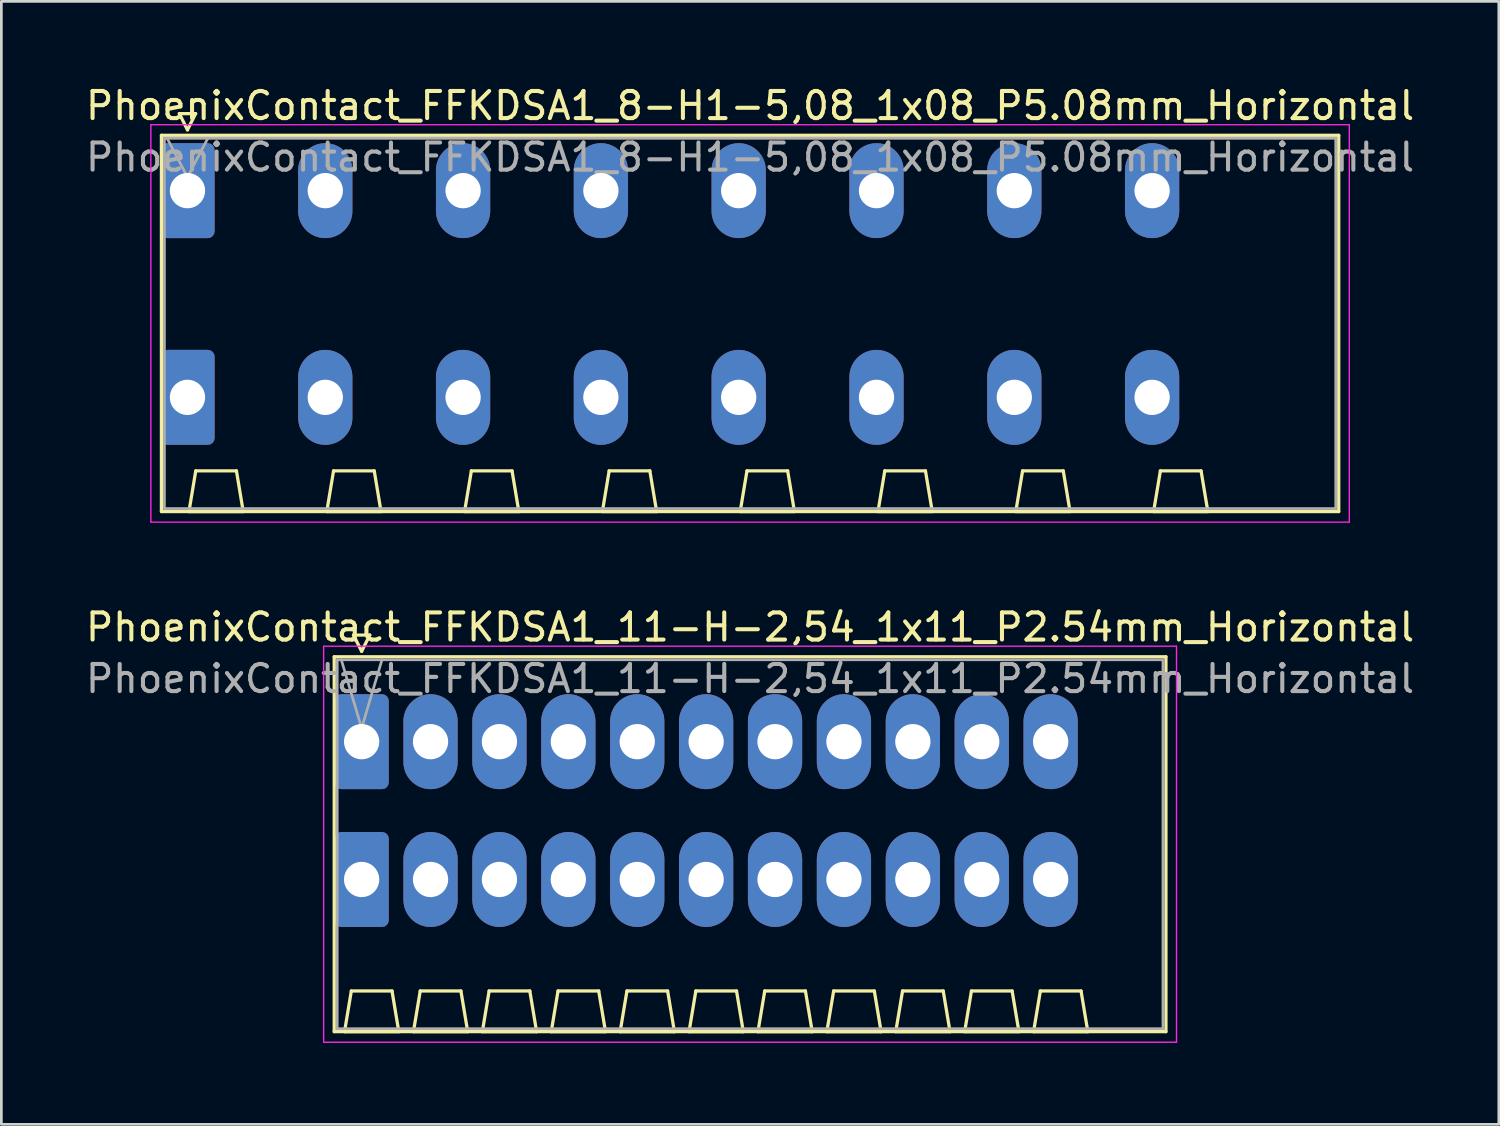
<source format=kicad_pcb>
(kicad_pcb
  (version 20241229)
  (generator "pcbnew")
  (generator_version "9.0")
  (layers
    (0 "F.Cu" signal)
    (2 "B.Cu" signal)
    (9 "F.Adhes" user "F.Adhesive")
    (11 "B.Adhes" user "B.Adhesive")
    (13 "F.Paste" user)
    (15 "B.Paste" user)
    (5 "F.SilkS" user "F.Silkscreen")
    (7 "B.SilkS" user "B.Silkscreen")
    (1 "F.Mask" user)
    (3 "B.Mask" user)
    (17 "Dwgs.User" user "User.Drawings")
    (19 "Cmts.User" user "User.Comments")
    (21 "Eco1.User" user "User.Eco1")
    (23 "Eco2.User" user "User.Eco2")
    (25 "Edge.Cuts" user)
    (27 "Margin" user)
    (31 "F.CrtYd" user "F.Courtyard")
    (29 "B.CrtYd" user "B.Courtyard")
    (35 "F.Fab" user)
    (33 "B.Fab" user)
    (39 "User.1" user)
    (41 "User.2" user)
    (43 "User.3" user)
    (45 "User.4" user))
  (footprint "PhoenixContact_FFKDSA1_11-H-2,54_1x11_P2.54mm_Horizontal"
    (layer "F.Cu")
    (at 10.281 24.291)
    (property "Reference" "PhoenixContact_FFKDSA1_11-H-2,54_1x11_P2.54mm_Horizontal" (at 14.32 -4.22 0) (layer "F.SilkS") (effects (font (size 1 1) (thickness 0.15))))
    (attr through_hole)
    (fp_line (start -1.01 -3.13) (end -1.01 10.69) (stroke (width 0.12) (type solid)) (layer "F.SilkS"))
    (fp_line (start -1.01 10.69) (end 29.65 10.69) (stroke (width 0.12) (type solid)) (layer "F.SilkS"))
    (fp_line (start -0.63 10.69) (end 1.37 10.69) (stroke (width 0.12) (type solid)) (layer "F.SilkS"))
    (fp_line (start -0.38 9.19) (end -0.63 10.69) (stroke (width 0.12) (type solid)) (layer "F.SilkS"))
    (fp_line (start -0.3 -3.93) (end 0.3 -3.93) (stroke (width 0.12) (type solid)) (layer "F.SilkS"))
    (fp_line (start 0 -3.33) (end -0.3 -3.93) (stroke (width 0.12) (type solid)) (layer "F.SilkS"))
    (fp_line (start 0.3 -3.93) (end 0 -3.33) (stroke (width 0.12) (type solid)) (layer "F.SilkS"))
    (fp_line (start 1.12 9.19) (end -0.38 9.19) (stroke (width 0.12) (type solid)) (layer "F.SilkS"))
    (fp_line (start 1.37 10.69) (end 1.12 9.19) (stroke (width 0.12) (type solid)) (layer "F.SilkS"))
    (fp_line (start 1.91 10.69) (end 3.91 10.69) (stroke (width 0.12) (type solid)) (layer "F.SilkS"))
    (fp_line (start 2.16 9.19) (end 1.91 10.69) (stroke (width 0.12) (type solid)) (layer "F.SilkS"))
    (fp_line (start 3.66 9.19) (end 2.16 9.19) (stroke (width 0.12) (type solid)) (layer "F.SilkS"))
    (fp_line (start 3.91 10.69) (end 3.66 9.19) (stroke (width 0.12) (type solid)) (layer "F.SilkS"))
    (fp_line (start 4.45 10.69) (end 6.45 10.69) (stroke (width 0.12) (type solid)) (layer "F.SilkS"))
    (fp_line (start 4.7 9.19) (end 4.45 10.69) (stroke (width 0.12) (type solid)) (layer "F.SilkS"))
    (fp_line (start 6.2 9.19) (end 4.7 9.19) (stroke (width 0.12) (type solid)) (layer "F.SilkS"))
    (fp_line (start 6.45 10.69) (end 6.2 9.19) (stroke (width 0.12) (type solid)) (layer "F.SilkS"))
    (fp_line (start 6.99 10.69) (end 8.99 10.69) (stroke (width 0.12) (type solid)) (layer "F.SilkS"))
    (fp_line (start 7.24 9.19) (end 6.99 10.69) (stroke (width 0.12) (type solid)) (layer "F.SilkS"))
    (fp_line (start 8.74 9.19) (end 7.24 9.19) (stroke (width 0.12) (type solid)) (layer "F.SilkS"))
    (fp_line (start 8.99 10.69) (end 8.74 9.19) (stroke (width 0.12) (type solid)) (layer "F.SilkS"))
    (fp_line (start 9.53 10.69) (end 11.53 10.69) (stroke (width 0.12) (type solid)) (layer "F.SilkS"))
    (fp_line (start 9.78 9.19) (end 9.53 10.69) (stroke (width 0.12) (type solid)) (layer "F.SilkS"))
    (fp_line (start 11.28 9.19) (end 9.78 9.19) (stroke (width 0.12) (type solid)) (layer "F.SilkS"))
    (fp_line (start 11.53 10.69) (end 11.28 9.19) (stroke (width 0.12) (type solid)) (layer "F.SilkS"))
    (fp_line (start 12.07 10.69) (end 14.07 10.69) (stroke (width 0.12) (type solid)) (layer "F.SilkS"))
    (fp_line (start 12.32 9.19) (end 12.07 10.69) (stroke (width 0.12) (type solid)) (layer "F.SilkS"))
    (fp_line (start 13.82 9.19) (end 12.32 9.19) (stroke (width 0.12) (type solid)) (layer "F.SilkS"))
    (fp_line (start 14.07 10.69) (end 13.82 9.19) (stroke (width 0.12) (type solid)) (layer "F.SilkS"))
    (fp_line (start 14.61 10.69) (end 16.61 10.69) (stroke (width 0.12) (type solid)) (layer "F.SilkS"))
    (fp_line (start 14.86 9.19) (end 14.61 10.69) (stroke (width 0.12) (type solid)) (layer "F.SilkS"))
    (fp_line (start 16.36 9.19) (end 14.86 9.19) (stroke (width 0.12) (type solid)) (layer "F.SilkS"))
    (fp_line (start 16.61 10.69) (end 16.36 9.19) (stroke (width 0.12) (type solid)) (layer "F.SilkS"))
    (fp_line (start 17.15 10.69) (end 19.15 10.69) (stroke (width 0.12) (type solid)) (layer "F.SilkS"))
    (fp_line (start 17.4 9.19) (end 17.15 10.69) (stroke (width 0.12) (type solid)) (layer "F.SilkS"))
    (fp_line (start 18.9 9.19) (end 17.4 9.19) (stroke (width 0.12) (type solid)) (layer "F.SilkS"))
    (fp_line (start 19.15 10.69) (end 18.9 9.19) (stroke (width 0.12) (type solid)) (layer "F.SilkS"))
    (fp_line (start 19.69 10.69) (end 21.69 10.69) (stroke (width 0.12) (type solid)) (layer "F.SilkS"))
    (fp_line (start 19.94 9.19) (end 19.69 10.69) (stroke (width 0.12) (type solid)) (layer "F.SilkS"))
    (fp_line (start 21.44 9.19) (end 19.94 9.19) (stroke (width 0.12) (type solid)) (layer "F.SilkS"))
    (fp_line (start 21.69 10.69) (end 21.44 9.19) (stroke (width 0.12) (type solid)) (layer "F.SilkS"))
    (fp_line (start 22.23 10.69) (end 24.23 10.69) (stroke (width 0.12) (type solid)) (layer "F.SilkS"))
    (fp_line (start 22.48 9.19) (end 22.23 10.69) (stroke (width 0.12) (type solid)) (layer "F.SilkS"))
    (fp_line (start 23.98 9.19) (end 22.48 9.19) (stroke (width 0.12) (type solid)) (layer "F.SilkS"))
    (fp_line (start 24.23 10.69) (end 23.98 9.19) (stroke (width 0.12) (type solid)) (layer "F.SilkS"))
    (fp_line (start 24.77 10.69) (end 26.77 10.69) (stroke (width 0.12) (type solid)) (layer "F.SilkS"))
    (fp_line (start 25.02 9.19) (end 24.77 10.69) (stroke (width 0.12) (type solid)) (layer "F.SilkS"))
    (fp_line (start 26.52 9.19) (end 25.02 9.19) (stroke (width 0.12) (type solid)) (layer "F.SilkS"))
    (fp_line (start 26.77 10.69) (end 26.52 9.19) (stroke (width 0.12) (type solid)) (layer "F.SilkS"))
    (fp_line (start 29.65 -3.13) (end -1.01 -3.13) (stroke (width 0.12) (type solid)) (layer "F.SilkS"))
    (fp_line (start 29.65 10.69) (end 29.65 -3.13) (stroke (width 0.12) (type solid)) (layer "F.SilkS"))
    (fp_line (start -1.4 -3.52) (end -1.4 11.08) (stroke (width 0.05) (type solid)) (layer "F.CrtYd"))
    (fp_line (start -1.4 11.08) (end 30.04 11.08) (stroke (width 0.05) (type solid)) (layer "F.CrtYd"))
    (fp_line (start 30.04 -3.52) (end -1.4 -3.52) (stroke (width 0.05) (type solid)) (layer "F.CrtYd"))
    (fp_line (start 30.04 11.08) (end 30.04 -3.52) (stroke (width 0.05) (type solid)) (layer "F.CrtYd"))
    (fp_line (start -0.9 -3.02) (end -0.9 10.58) (stroke (width 0.1) (type solid)) (layer "F.Fab"))
    (fp_line (start -0.9 10.58) (end 29.54 10.58) (stroke (width 0.1) (type solid)) (layer "F.Fab"))
    (fp_line (start 0 -0.5) (end -0.75 -3.02) (stroke (width 0.1) (type solid)) (layer "F.Fab"))
    (fp_line (start 0.75 -3.02) (end 0 -0.5) (stroke (width 0.1) (type solid)) (layer "F.Fab"))
    (fp_line (start 29.54 -3.02) (end -0.9 -3.02) (stroke (width 0.1) (type solid)) (layer "F.Fab"))
    (fp_line (start 29.54 10.58) (end 29.54 -3.02) (stroke (width 0.1) (type solid)) (layer "F.Fab"))
    (fp_text user "${REFERENCE}" (at 14.32 -2.32 0) (layer "F.Fab") (effects (font (size 1 1) (thickness 0.15))))
    (pad "1" thru_hole roundrect (at 0 0) (size 2 3.5) (drill 1.3) (layers "*.Cu" "*.Mask") (roundrect_rratio 0.125))
    (pad "1" thru_hole roundrect (at 0 5.08) (size 2 3.5) (drill 1.3) (layers "*.Cu" "*.Mask") (roundrect_rratio 0.125))
    (pad "2" thru_hole oval (at 2.54 0) (size 2 3.5) (drill 1.3) (layers "*.Cu" "*.Mask"))
    (pad "2" thru_hole oval (at 2.54 5.08) (size 2 3.5) (drill 1.3) (layers "*.Cu" "*.Mask"))
    (pad "3" thru_hole oval (at 5.08 0) (size 2 3.5) (drill 1.3) (layers "*.Cu" "*.Mask"))
    (pad "3" thru_hole oval (at 5.08 5.08) (size 2 3.5) (drill 1.3) (layers "*.Cu" "*.Mask"))
    (pad "4" thru_hole oval (at 7.62 0) (size 2 3.5) (drill 1.3) (layers "*.Cu" "*.Mask"))
    (pad "4" thru_hole oval (at 7.62 5.08) (size 2 3.5) (drill 1.3) (layers "*.Cu" "*.Mask"))
    (pad "5" thru_hole oval (at 10.16 0) (size 2 3.5) (drill 1.3) (layers "*.Cu" "*.Mask"))
    (pad "5" thru_hole oval (at 10.16 5.08) (size 2 3.5) (drill 1.3) (layers "*.Cu" "*.Mask"))
    (pad "6" thru_hole oval (at 12.7 0) (size 2 3.5) (drill 1.3) (layers "*.Cu" "*.Mask"))
    (pad "6" thru_hole oval (at 12.7 5.08) (size 2 3.5) (drill 1.3) (layers "*.Cu" "*.Mask"))
    (pad "7" thru_hole oval (at 15.24 0) (size 2 3.5) (drill 1.3) (layers "*.Cu" "*.Mask"))
    (pad "7" thru_hole oval (at 15.24 5.08) (size 2 3.5) (drill 1.3) (layers "*.Cu" "*.Mask"))
    (pad "8" thru_hole oval (at 17.78 0) (size 2 3.5) (drill 1.3) (layers "*.Cu" "*.Mask"))
    (pad "8" thru_hole oval (at 17.78 5.08) (size 2 3.5) (drill 1.3) (layers "*.Cu" "*.Mask"))
    (pad "9" thru_hole oval (at 20.32 0) (size 2 3.5) (drill 1.3) (layers "*.Cu" "*.Mask"))
    (pad "9" thru_hole oval (at 20.32 5.08) (size 2 3.5) (drill 1.3) (layers "*.Cu" "*.Mask"))
    (pad "10" thru_hole oval (at 22.86 0) (size 2 3.5) (drill 1.3) (layers "*.Cu" "*.Mask"))
    (pad "10" thru_hole oval (at 22.86 5.08) (size 2 3.5) (drill 1.3) (layers "*.Cu" "*.Mask"))
    (pad "11" thru_hole oval (at 25.4 0) (size 2 3.5) (drill 1.3) (layers "*.Cu" "*.Mask"))
    (pad "11" thru_hole oval (at 25.4 5.08) (size 2 3.5) (drill 1.3) (layers "*.Cu" "*.Mask")))
  (footprint "PhoenixContact_FFKDSA1_8-H1-5,08_1x08_P5.08mm_Horizontal"
    (layer "F.Cu")
    (at 3.861 3.978)
    (property "Reference" "PhoenixContact_FFKDSA1_8-H1-5,08_1x08_P5.08mm_Horizontal" (at 20.74 -3.13 0) (layer "F.SilkS") (effects (font (size 1 1) (thickness 0.15))))
    (attr through_hole)
    (fp_line (start -0.96 -2.04) (end -0.96 11.83) (stroke (width 0.12) (type solid)) (layer "F.SilkS"))
    (fp_line (start -0.96 11.83) (end 42.44 11.83) (stroke (width 0.12) (type solid)) (layer "F.SilkS"))
    (fp_line (start -0.3 -2.84) (end 0.3 -2.84) (stroke (width 0.12) (type solid)) (layer "F.SilkS"))
    (fp_line (start 0 -2.24) (end -0.3 -2.84) (stroke (width 0.12) (type solid)) (layer "F.SilkS"))
    (fp_line (start 0.055 11.83) (end 2.055 11.83) (stroke (width 0.12) (type solid)) (layer "F.SilkS"))
    (fp_line (start 0.3 -2.84) (end 0 -2.24) (stroke (width 0.12) (type solid)) (layer "F.SilkS"))
    (fp_line (start 0.305 10.33) (end 0.055 11.83) (stroke (width 0.12) (type solid)) (layer "F.SilkS"))
    (fp_line (start 1.805 10.33) (end 0.305 10.33) (stroke (width 0.12) (type solid)) (layer "F.SilkS"))
    (fp_line (start 2.055 11.83) (end 1.805 10.33) (stroke (width 0.12) (type solid)) (layer "F.SilkS"))
    (fp_line (start 5.135 11.83) (end 7.135 11.83) (stroke (width 0.12) (type solid)) (layer "F.SilkS"))
    (fp_line (start 5.385 10.33) (end 5.135 11.83) (stroke (width 0.12) (type solid)) (layer "F.SilkS"))
    (fp_line (start 6.885 10.33) (end 5.385 10.33) (stroke (width 0.12) (type solid)) (layer "F.SilkS"))
    (fp_line (start 7.135 11.83) (end 6.885 10.33) (stroke (width 0.12) (type solid)) (layer "F.SilkS"))
    (fp_line (start 10.215 11.83) (end 12.215 11.83) (stroke (width 0.12) (type solid)) (layer "F.SilkS"))
    (fp_line (start 10.465 10.33) (end 10.215 11.83) (stroke (width 0.12) (type solid)) (layer "F.SilkS"))
    (fp_line (start 11.965 10.33) (end 10.465 10.33) (stroke (width 0.12) (type solid)) (layer "F.SilkS"))
    (fp_line (start 12.215 11.83) (end 11.965 10.33) (stroke (width 0.12) (type solid)) (layer "F.SilkS"))
    (fp_line (start 15.295 11.83) (end 17.295 11.83) (stroke (width 0.12) (type solid)) (layer "F.SilkS"))
    (fp_line (start 15.545 10.33) (end 15.295 11.83) (stroke (width 0.12) (type solid)) (layer "F.SilkS"))
    (fp_line (start 17.045 10.33) (end 15.545 10.33) (stroke (width 0.12) (type solid)) (layer "F.SilkS"))
    (fp_line (start 17.295 11.83) (end 17.045 10.33) (stroke (width 0.12) (type solid)) (layer "F.SilkS"))
    (fp_line (start 20.375 11.83) (end 22.375 11.83) (stroke (width 0.12) (type solid)) (layer "F.SilkS"))
    (fp_line (start 20.625 10.33) (end 20.375 11.83) (stroke (width 0.12) (type solid)) (layer "F.SilkS"))
    (fp_line (start 22.125 10.33) (end 20.625 10.33) (stroke (width 0.12) (type solid)) (layer "F.SilkS"))
    (fp_line (start 22.375 11.83) (end 22.125 10.33) (stroke (width 0.12) (type solid)) (layer "F.SilkS"))
    (fp_line (start 25.455 11.83) (end 27.455 11.83) (stroke (width 0.12) (type solid)) (layer "F.SilkS"))
    (fp_line (start 25.705 10.33) (end 25.455 11.83) (stroke (width 0.12) (type solid)) (layer "F.SilkS"))
    (fp_line (start 27.205 10.33) (end 25.705 10.33) (stroke (width 0.12) (type solid)) (layer "F.SilkS"))
    (fp_line (start 27.455 11.83) (end 27.205 10.33) (stroke (width 0.12) (type solid)) (layer "F.SilkS"))
    (fp_line (start 30.535 11.83) (end 32.535 11.83) (stroke (width 0.12) (type solid)) (layer "F.SilkS"))
    (fp_line (start 30.785 10.33) (end 30.535 11.83) (stroke (width 0.12) (type solid)) (layer "F.SilkS"))
    (fp_line (start 32.285 10.33) (end 30.785 10.33) (stroke (width 0.12) (type solid)) (layer "F.SilkS"))
    (fp_line (start 32.535 11.83) (end 32.285 10.33) (stroke (width 0.12) (type solid)) (layer "F.SilkS"))
    (fp_line (start 35.615 11.83) (end 37.615 11.83) (stroke (width 0.12) (type solid)) (layer "F.SilkS"))
    (fp_line (start 35.865 10.33) (end 35.615 11.83) (stroke (width 0.12) (type solid)) (layer "F.SilkS"))
    (fp_line (start 37.365 10.33) (end 35.865 10.33) (stroke (width 0.12) (type solid)) (layer "F.SilkS"))
    (fp_line (start 37.615 11.83) (end 37.365 10.33) (stroke (width 0.12) (type solid)) (layer "F.SilkS"))
    (fp_line (start 42.44 -2.04) (end -0.96 -2.04) (stroke (width 0.12) (type solid)) (layer "F.SilkS"))
    (fp_line (start 42.44 11.83) (end 42.44 -2.04) (stroke (width 0.12) (type solid)) (layer "F.SilkS"))
    (fp_line (start -1.35 -2.43) (end -1.35 12.22) (stroke (width 0.05) (type solid)) (layer "F.CrtYd"))
    (fp_line (start -1.35 12.22) (end 42.83 12.22) (stroke (width 0.05) (type solid)) (layer "F.CrtYd"))
    (fp_line (start 42.83 -2.43) (end -1.35 -2.43) (stroke (width 0.05) (type solid)) (layer "F.CrtYd"))
    (fp_line (start 42.83 12.22) (end 42.83 -2.43) (stroke (width 0.05) (type solid)) (layer "F.CrtYd"))
    (fp_line (start -0.85 -1.93) (end -0.85 11.72) (stroke (width 0.1) (type solid)) (layer "F.Fab"))
    (fp_line (start -0.85 11.72) (end 42.33 11.72) (stroke (width 0.1) (type solid)) (layer "F.Fab"))
    (fp_line (start 0 -0.5) (end -0.75 -1.93) (stroke (width 0.1) (type solid)) (layer "F.Fab"))
    (fp_line (start 0.75 -1.93) (end 0 -0.5) (stroke (width 0.1) (type solid)) (layer "F.Fab"))
    (fp_line (start 42.33 -1.93) (end -0.85 -1.93) (stroke (width 0.1) (type solid)) (layer "F.Fab"))
    (fp_line (start 42.33 11.72) (end 42.33 -1.93) (stroke (width 0.1) (type solid)) (layer "F.Fab"))
    (fp_text user "${REFERENCE}" (at 20.74 -1.23 0) (layer "F.Fab") (effects (font (size 1 1) (thickness 0.15))))
    (pad "1" thru_hole roundrect (at 0 0) (size 2 3.5) (drill 1.3) (layers "*.Cu" "*.Mask") (roundrect_rratio 0.125))
    (pad "1" thru_hole roundrect (at 0 7.62) (size 2 3.5) (drill 1.3) (layers "*.Cu" "*.Mask") (roundrect_rratio 0.125))
    (pad "2" thru_hole oval (at 5.08 0) (size 2 3.5) (drill 1.3) (layers "*.Cu" "*.Mask"))
    (pad "2" thru_hole oval (at 5.08 7.62) (size 2 3.5) (drill 1.3) (layers "*.Cu" "*.Mask"))
    (pad "3" thru_hole oval (at 10.16 0) (size 2 3.5) (drill 1.3) (layers "*.Cu" "*.Mask"))
    (pad "3" thru_hole oval (at 10.16 7.62) (size 2 3.5) (drill 1.3) (layers "*.Cu" "*.Mask"))
    (pad "4" thru_hole oval (at 15.24 0) (size 2 3.5) (drill 1.3) (layers "*.Cu" "*.Mask"))
    (pad "4" thru_hole oval (at 15.24 7.62) (size 2 3.5) (drill 1.3) (layers "*.Cu" "*.Mask"))
    (pad "5" thru_hole oval (at 20.32 0) (size 2 3.5) (drill 1.3) (layers "*.Cu" "*.Mask"))
    (pad "5" thru_hole oval (at 20.32 7.62) (size 2 3.5) (drill 1.3) (layers "*.Cu" "*.Mask"))
    (pad "6" thru_hole oval (at 25.4 0) (size 2 3.5) (drill 1.3) (layers "*.Cu" "*.Mask"))
    (pad "6" thru_hole oval (at 25.4 7.62) (size 2 3.5) (drill 1.3) (layers "*.Cu" "*.Mask"))
    (pad "7" thru_hole oval (at 30.48 0) (size 2 3.5) (drill 1.3) (layers "*.Cu" "*.Mask"))
    (pad "7" thru_hole oval (at 30.48 7.62) (size 2 3.5) (drill 1.3) (layers "*.Cu" "*.Mask"))
    (pad "8" thru_hole oval (at 35.56 0) (size 2 3.5) (drill 1.3) (layers "*.Cu" "*.Mask"))
    (pad "8" thru_hole oval (at 35.56 7.62) (size 2 3.5) (drill 1.3) (layers "*.Cu" "*.Mask")))
  (gr_rect
    (start -3 -3)
    (end 52.202 38.397)
    (stroke (width 0.1) (type default))
    (fill no)
    (layer "Edge.Cuts")))
</source>
